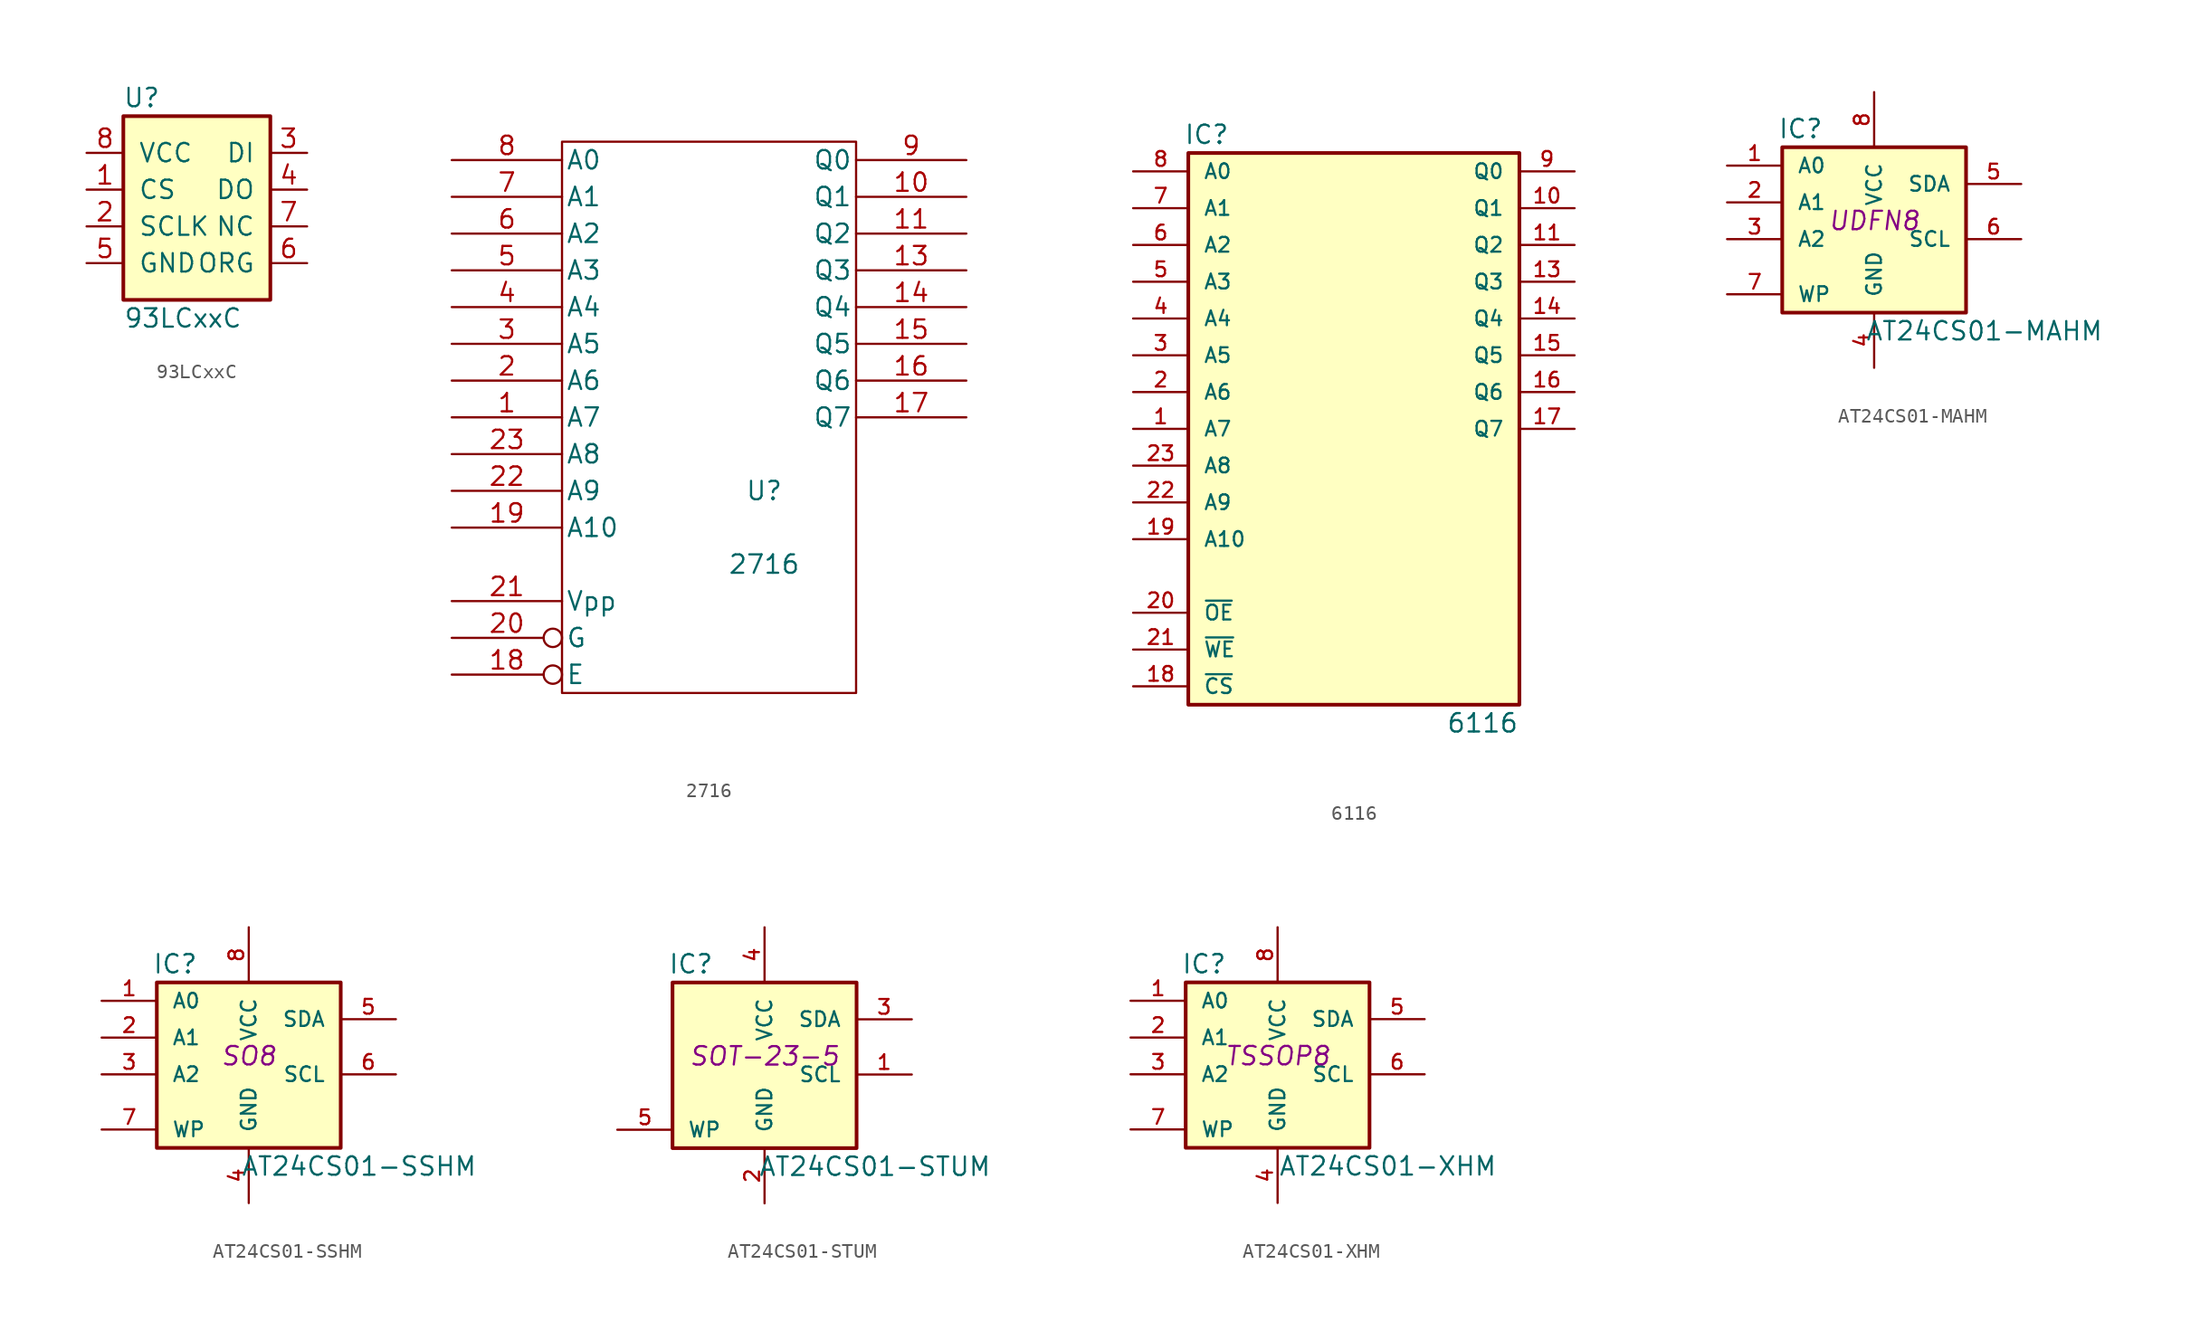
<source format=kicad_sym>
(kicad_symbol_lib
  (version 20231120)
  (generator "kicad_symbol_editor")
  (generator_version "8.0")
  (symbol "93LCxxC"
    (pin_names
      (offset 1.016))
    (property "Reference" "U"
      (at -3.81 8.89 0)
      (effects (font (size 1.27 1.27))))
    (property "Value" "93LCxxC"
      (at -5.08 -6.35 0)
      (effects (font (size 1.27 1.27)) (justify left)))
    (property "Footprint" ""
      (at -2.54 0 0)
      (effects (font (size 1.27 1.27))))
    (property "Datasheet" ""
      (at 0 2.54 0)
      (effects (font (size 1.27 1.27))))
    (symbol "93LCxxC_0_1"
      (rectangle (start -5.08 -5.08) (end 5.08 7.62) (stroke (width 0.254) (type solid)) (fill (type background))))
    (symbol "93LCxxC_1_1"
      (pin input line (at -7.62 2.54 0) (length 2.54) (name "CS" (effects (font (size 1.27 1.27)))) (number "1" (effects (font (size 1.27 1.27)))))
      (pin input line (at -7.62 0 0) (length 2.54) (name "SCLK" (effects (font (size 1.27 1.27)))) (number "2" (effects (font (size 1.27 1.27)))))
      (pin input line (at 7.62 5.08 180) (length 2.54) (name "DI" (effects (font (size 1.27 1.27)))) (number "3" (effects (font (size 1.27 1.27)))))
      (pin tri_state line (at 7.62 2.54 180) (length 2.54) (name "DO" (effects (font (size 1.27 1.27)))) (number "4" (effects (font (size 1.27 1.27)))))
      (pin power_in line (at -7.62 -2.54 0) (length 2.54) (name "GND" (effects (font (size 1.27 1.27)))) (number "5" (effects (font (size 1.27 1.27)))))
      (pin input line (at 7.62 -2.54 180) (length 2.54) (name "ORG" (effects (font (size 1.27 1.27)))) (number "6" (effects (font (size 1.27 1.27)))))
      (pin input line (at 7.62 0 180) (length 2.54) (name "NC" (effects (font (size 1.27 1.27)))) (number "7" (effects (font (size 1.27 1.27)))))
      (pin power_in line (at -7.62 5.08 0) (length 2.54) (name "VCC" (effects (font (size 1.27 1.27)))) (number "8" (effects (font (size 1.27 1.27)))))))
  (symbol "2716"
    (pin_names
      (offset 0.254))
    (property "Reference" "U"
      (at 3.81 -5.08 0)
      (effects (font (size 1.27 1.27))))
    (property "Value" "2716"
      (at 3.81 -10.16 0)
      (effects (font (size 1.27 1.27))))
    (property "Footprint" ""
      (at 0 0 0)
      (effects (font (size 1.27 1.27))))
    (property "Datasheet" ""
      (at 0 0 0)
      (effects (font (size 1.27 1.27))))
    (symbol "2716_0_0"
      (pin power_in line (at 0 -20.32 90) (length 1.27) hide (name "GND" (effects (font (size 1.27 1.27)))) (number "12" (effects (font (size 1.27 1.27)))))
      (pin power_in line (at 0 20.32 270) (length 1.27) hide (name "Vcc" (effects (font (size 1.27 1.27)))) (number "24" (effects (font (size 1.27 1.27))))))
    (symbol "2716_0_1"
      (rectangle (start -10.16 19.05) (end 10.16 -19.05) (stroke (width 0) (type solid)) (fill (type none))))
    (symbol "2716_1_1"
      (pin input line (at -17.78 0 0) (length 7.62) (name "A7" (effects (font (size 1.27 1.27)))) (number "1" (effects (font (size 1.27 1.27)))))
      (pin tri_state line (at 17.78 15.24 180) (length 7.62) (name "Q1" (effects (font (size 1.27 1.27)))) (number "10" (effects (font (size 1.27 1.27)))))
      (pin tri_state line (at 17.78 12.7 180) (length 7.62) (name "Q2" (effects (font (size 1.27 1.27)))) (number "11" (effects (font (size 1.27 1.27)))))
      (pin tri_state line (at 17.78 10.16 180) (length 7.62) (name "Q3" (effects (font (size 1.27 1.27)))) (number "13" (effects (font (size 1.27 1.27)))))
      (pin tri_state line (at 17.78 7.62 180) (length 7.62) (name "Q4" (effects (font (size 1.27 1.27)))) (number "14" (effects (font (size 1.27 1.27)))))
      (pin tri_state line (at 17.78 5.08 180) (length 7.62) (name "Q5" (effects (font (size 1.27 1.27)))) (number "15" (effects (font (size 1.27 1.27)))))
      (pin tri_state line (at 17.78 2.54 180) (length 7.62) (name "Q6" (effects (font (size 1.27 1.27)))) (number "16" (effects (font (size 1.27 1.27)))))
      (pin tri_state line (at 17.78 0 180) (length 7.62) (name "Q7" (effects (font (size 1.27 1.27)))) (number "17" (effects (font (size 1.27 1.27)))))
      (pin input inverted (at -17.78 -17.78 0) (length 7.62) (name "E" (effects (font (size 1.27 1.27)))) (number "18" (effects (font (size 1.27 1.27)))))
      (pin input line (at -17.78 -7.62 0) (length 7.62) (name "A10" (effects (font (size 1.27 1.27)))) (number "19" (effects (font (size 1.27 1.27)))))
      (pin input line (at -17.78 2.54 0) (length 7.62) (name "A6" (effects (font (size 1.27 1.27)))) (number "2" (effects (font (size 1.27 1.27)))))
      (pin input inverted (at -17.78 -15.24 0) (length 7.62) (name "G" (effects (font (size 1.27 1.27)))) (number "20" (effects (font (size 1.27 1.27)))))
      (pin input line (at -17.78 -12.7 0) (length 7.62) (name "Vpp" (effects (font (size 1.27 1.27)))) (number "21" (effects (font (size 1.27 1.27)))))
      (pin input line (at -17.78 -5.08 0) (length 7.62) (name "A9" (effects (font (size 1.27 1.27)))) (number "22" (effects (font (size 1.27 1.27)))))
      (pin input line (at -17.78 -2.54 0) (length 7.62) (name "A8" (effects (font (size 1.27 1.27)))) (number "23" (effects (font (size 1.27 1.27)))))
      (pin input line (at -17.78 5.08 0) (length 7.62) (name "A5" (effects (font (size 1.27 1.27)))) (number "3" (effects (font (size 1.27 1.27)))))
      (pin input line (at -17.78 7.62 0) (length 7.62) (name "A4" (effects (font (size 1.27 1.27)))) (number "4" (effects (font (size 1.27 1.27)))))
      (pin input line (at -17.78 10.16 0) (length 7.62) (name "A3" (effects (font (size 1.27 1.27)))) (number "5" (effects (font (size 1.27 1.27)))))
      (pin input line (at -17.78 12.7 0) (length 7.62) (name "A2" (effects (font (size 1.27 1.27)))) (number "6" (effects (font (size 1.27 1.27)))))
      (pin input line (at -17.78 15.24 0) (length 7.62) (name "A1" (effects (font (size 1.27 1.27)))) (number "7" (effects (font (size 1.27 1.27)))))
      (pin input line (at -17.78 17.78 0) (length 7.62) (name "A0" (effects (font (size 1.27 1.27)))) (number "8" (effects (font (size 1.27 1.27)))))
      (pin tri_state line (at 17.78 17.78 180) (length 7.62) (name "Q0" (effects (font (size 1.27 1.27)))) (number "9" (effects (font (size 1.27 1.27)))))))
  (symbol "6116"
    (pin_names
      (offset 1.016))
    (property "Reference" "IC"
      (at -10.16 20.32 0)
      (effects (font (size 1.27 1.27))))
    (property "Value" "6116"
      (at 8.89 -20.32 0)
      (effects (font (size 1.27 1.27))))
    (property "Footprint" ""
      (at 0 0 0)
      (effects (font (size 1.27 1.27))))
    (property "Datasheet" ""
      (at 0 0 0)
      (effects (font (size 1.27 1.27))))
    (symbol "6116_0_0"
      (pin power_in line (at 0 -20.32 90) (length 1.27) hide (name "GND" (effects (font (size 1.016 1.016)))) (number "12" (effects (font (size 1.016 1.016)))))
      (pin power_in line (at 0 20.32 270) (length 1.27) hide (name "VCC" (effects (font (size 1.016 1.016)))) (number "24" (effects (font (size 1.016 1.016))))))
    (symbol "6116_0_1"
      (rectangle (start -11.43 19.05) (end 11.43 -19.05) (stroke (width 0.254) (type solid)) (fill (type background))))
    (symbol "6116_1_1"
      (pin input line (at -15.24 0 0) (length 3.81) (name "A7" (effects (font (size 1.016 1.016)))) (number "1" (effects (font (size 1.016 1.016)))))
      (pin tri_state line (at 15.24 15.24 180) (length 3.81) (name "Q1" (effects (font (size 1.016 1.016)))) (number "10" (effects (font (size 1.016 1.016)))))
      (pin tri_state line (at 15.24 12.7 180) (length 3.81) (name "Q2" (effects (font (size 1.016 1.016)))) (number "11" (effects (font (size 1.016 1.016)))))
      (pin tri_state line (at 15.24 10.16 180) (length 3.81) (name "Q3" (effects (font (size 1.016 1.016)))) (number "13" (effects (font (size 1.016 1.016)))))
      (pin tri_state line (at 15.24 7.62 180) (length 3.81) (name "Q4" (effects (font (size 1.016 1.016)))) (number "14" (effects (font (size 1.016 1.016)))))
      (pin tri_state line (at 15.24 5.08 180) (length 3.81) (name "Q5" (effects (font (size 1.016 1.016)))) (number "15" (effects (font (size 1.016 1.016)))))
      (pin tri_state line (at 15.24 2.54 180) (length 3.81) (name "Q6" (effects (font (size 1.016 1.016)))) (number "16" (effects (font (size 1.016 1.016)))))
      (pin tri_state line (at 15.24 0 180) (length 3.81) (name "Q7" (effects (font (size 1.016 1.016)))) (number "17" (effects (font (size 1.016 1.016)))))
      (pin input line (at -15.24 -17.78 0) (length 3.81) (name "~{CS}" (effects (font (size 1.016 1.016)))) (number "18" (effects (font (size 1.016 1.016)))))
      (pin input line (at -15.24 -7.62 0) (length 3.81) (name "A10" (effects (font (size 1.016 1.016)))) (number "19" (effects (font (size 1.016 1.016)))))
      (pin input line (at -15.24 2.54 0) (length 3.81) (name "A6" (effects (font (size 1.016 1.016)))) (number "2" (effects (font (size 1.016 1.016)))))
      (pin input line (at -15.24 -12.7 0) (length 3.81) (name "~{OE}" (effects (font (size 1.016 1.016)))) (number "20" (effects (font (size 1.016 1.016)))))
      (pin input line (at -15.24 -15.24 0) (length 3.81) (name "~{WE}" (effects (font (size 1.016 1.016)))) (number "21" (effects (font (size 1.016 1.016)))))
      (pin input line (at -15.24 -5.08 0) (length 3.81) (name "A9" (effects (font (size 1.016 1.016)))) (number "22" (effects (font (size 1.016 1.016)))))
      (pin input line (at -15.24 -2.54 0) (length 3.81) (name "A8" (effects (font (size 1.016 1.016)))) (number "23" (effects (font (size 1.016 1.016)))))
      (pin input line (at -15.24 5.08 0) (length 3.81) (name "A5" (effects (font (size 1.016 1.016)))) (number "3" (effects (font (size 1.016 1.016)))))
      (pin input line (at -15.24 7.62 0) (length 3.81) (name "A4" (effects (font (size 1.016 1.016)))) (number "4" (effects (font (size 1.016 1.016)))))
      (pin input line (at -15.24 10.16 0) (length 3.81) (name "A3" (effects (font (size 1.016 1.016)))) (number "5" (effects (font (size 1.016 1.016)))))
      (pin input line (at -15.24 12.7 0) (length 3.81) (name "A2" (effects (font (size 1.016 1.016)))) (number "6" (effects (font (size 1.016 1.016)))))
      (pin input line (at -15.24 15.24 0) (length 3.81) (name "A1" (effects (font (size 1.016 1.016)))) (number "7" (effects (font (size 1.016 1.016)))))
      (pin input line (at -15.24 17.78 0) (length 3.81) (name "A0" (effects (font (size 1.016 1.016)))) (number "8" (effects (font (size 1.016 1.016)))))
      (pin tri_state line (at 15.24 17.78 180) (length 3.81) (name "Q0" (effects (font (size 1.016 1.016)))) (number "9" (effects (font (size 1.016 1.016)))))))
  (symbol "AT24CS01-MAHM"
    (pin_names
      (offset 1.016))
    (property "Reference" "IC"
      (at -5.08 6.35 0)
      (effects (font (size 1.27 1.27))))
    (property "Value" "AT24CS01-MAHM"
      (at 7.62 -7.62 0)
      (effects (font (size 1.27 1.27))))
    (property "Footprint" "UDFN8"
      (at 0 0 0)
      (effects (font (size 1.27 1.27) (italic yes))))
    (property "Datasheet" ""
      (at 0 0 0)
      (effects (font (size 1.27 1.27))))
    (symbol "AT24CS01-MAHM_0_1"
      (rectangle (start -6.35 5.08) (end 6.35 -6.35) (stroke (width 0.254) (type solid)) (fill (type background))))
    (symbol "AT24CS01-MAHM_1_1"
      (pin input line (at -10.16 3.81 0) (length 3.81) (name "A0" (effects (font (size 1.016 1.016)))) (number "1" (effects (font (size 1.016 1.016)))))
      (pin input line (at -10.16 1.27 0) (length 3.81) (name "A1" (effects (font (size 1.016 1.016)))) (number "2" (effects (font (size 1.016 1.016)))))
      (pin input line (at -10.16 -1.27 0) (length 3.81) (name "A2" (effects (font (size 1.016 1.016)))) (number "3" (effects (font (size 1.016 1.016)))))
      (pin power_in line (at 0 -10.16 90) (length 3.81) (name "GND" (effects (font (size 1.016 1.016)))) (number "4" (effects (font (size 1.016 1.016)))))
      (pin bidirectional line (at 10.16 2.54 180) (length 3.81) (name "SDA" (effects (font (size 1.016 1.016)))) (number "5" (effects (font (size 1.016 1.016)))))
      (pin input line (at 10.16 -1.27 180) (length 3.81) (name "SCL" (effects (font (size 1.016 1.016)))) (number "6" (effects (font (size 1.016 1.016)))))
      (pin input line (at -10.16 -5.08 0) (length 3.81) (name "WP" (effects (font (size 1.016 1.016)))) (number "7" (effects (font (size 1.016 1.016)))))
      (pin power_in line (at 0 8.89 270) (length 3.81) (name "VCC" (effects (font (size 1.016 1.016)))) (number "8" (effects (font (size 1.016 1.016)))))))
  (symbol "AT24CS01-SSHM"
    (pin_names
      (offset 1.016))
    (property "Reference" "IC"
      (at -5.08 6.35 0)
      (effects (font (size 1.27 1.27))))
    (property "Value" "AT24CS01-SSHM"
      (at 7.62 -7.62 0)
      (effects (font (size 1.27 1.27))))
    (property "Footprint" "SO8"
      (at 0 0 0)
      (effects (font (size 1.27 1.27) (italic yes))))
    (property "Datasheet" ""
      (at 0 0 0)
      (effects (font (size 1.27 1.27))))
    (symbol "AT24CS01-SSHM_0_1"
      (rectangle (start -6.35 5.08) (end 6.35 -6.35) (stroke (width 0.254) (type solid)) (fill (type background))))
    (symbol "AT24CS01-SSHM_1_1"
      (pin input line (at -10.16 3.81 0) (length 3.81) (name "A0" (effects (font (size 1.016 1.016)))) (number "1" (effects (font (size 1.016 1.016)))))
      (pin input line (at -10.16 1.27 0) (length 3.81) (name "A1" (effects (font (size 1.016 1.016)))) (number "2" (effects (font (size 1.016 1.016)))))
      (pin input line (at -10.16 -1.27 0) (length 3.81) (name "A2" (effects (font (size 1.016 1.016)))) (number "3" (effects (font (size 1.016 1.016)))))
      (pin power_in line (at 0 -10.16 90) (length 3.81) (name "GND" (effects (font (size 1.016 1.016)))) (number "4" (effects (font (size 1.016 1.016)))))
      (pin bidirectional line (at 10.16 2.54 180) (length 3.81) (name "SDA" (effects (font (size 1.016 1.016)))) (number "5" (effects (font (size 1.016 1.016)))))
      (pin input line (at 10.16 -1.27 180) (length 3.81) (name "SCL" (effects (font (size 1.016 1.016)))) (number "6" (effects (font (size 1.016 1.016)))))
      (pin input line (at -10.16 -5.08 0) (length 3.81) (name "WP" (effects (font (size 1.016 1.016)))) (number "7" (effects (font (size 1.016 1.016)))))
      (pin power_in line (at 0 8.89 270) (length 3.81) (name "VCC" (effects (font (size 1.016 1.016)))) (number "8" (effects (font (size 1.016 1.016)))))))
  (symbol "AT24CS01-STUM"
    (pin_names
      (offset 1.016))
    (property "Reference" "IC"
      (at -5.08 6.35 0)
      (effects (font (size 1.27 1.27))))
    (property "Value" "AT24CS01-STUM"
      (at 7.62 -7.62 0)
      (effects (font (size 1.27 1.27))))
    (property "Footprint" "SOT-23-5"
      (at 0 0 0)
      (effects (font (size 1.27 1.27) (italic yes))))
    (property "Datasheet" ""
      (at 0 0 0)
      (effects (font (size 1.27 1.27))))
    (symbol "AT24CS01-STUM_0_1"
      (rectangle (start -6.35 5.08) (end 6.35 -6.35) (stroke (width 0.254) (type solid)) (fill (type background))))
    (symbol "AT24CS01-STUM_1_1"
      (pin input line (at 10.16 -1.27 180) (length 3.81) (name "SCL" (effects (font (size 1.016 1.016)))) (number "1" (effects (font (size 1.016 1.016)))))
      (pin power_in line (at 0 -10.16 90) (length 3.81) (name "GND" (effects (font (size 1.016 1.016)))) (number "2" (effects (font (size 1.016 1.016)))))
      (pin bidirectional line (at 10.16 2.54 180) (length 3.81) (name "SDA" (effects (font (size 1.016 1.016)))) (number "3" (effects (font (size 1.016 1.016)))))
      (pin power_in line (at 0 8.89 270) (length 3.81) (name "VCC" (effects (font (size 1.016 1.016)))) (number "4" (effects (font (size 1.016 1.016)))))
      (pin input line (at -10.16 -5.08 0) (length 3.81) (name "WP" (effects (font (size 1.016 1.016)))) (number "5" (effects (font (size 1.016 1.016)))))))
  (symbol "AT24CS01-XHM"
    (pin_names
      (offset 1.016))
    (property "Reference" "IC"
      (at -5.08 6.35 0)
      (effects (font (size 1.27 1.27))))
    (property "Value" "AT24CS01-XHM"
      (at 7.62 -7.62 0)
      (effects (font (size 1.27 1.27))))
    (property "Footprint" "TSSOP8"
      (at 0 0 0)
      (effects (font (size 1.27 1.27) (italic yes))))
    (property "Datasheet" ""
      (at 0 0 0)
      (effects (font (size 1.27 1.27))))
    (symbol "AT24CS01-XHM_0_1"
      (rectangle (start -6.35 5.08) (end 6.35 -6.35) (stroke (width 0.254) (type solid)) (fill (type background))))
    (symbol "AT24CS01-XHM_1_1"
      (pin input line (at -10.16 3.81 0) (length 3.81) (name "A0" (effects (font (size 1.016 1.016)))) (number "1" (effects (font (size 1.016 1.016)))))
      (pin input line (at -10.16 1.27 0) (length 3.81) (name "A1" (effects (font (size 1.016 1.016)))) (number "2" (effects (font (size 1.016 1.016)))))
      (pin input line (at -10.16 -1.27 0) (length 3.81) (name "A2" (effects (font (size 1.016 1.016)))) (number "3" (effects (font (size 1.016 1.016)))))
      (pin power_in line (at 0 -10.16 90) (length 3.81) (name "GND" (effects (font (size 1.016 1.016)))) (number "4" (effects (font (size 1.016 1.016)))))
      (pin bidirectional line (at 10.16 2.54 180) (length 3.81) (name "SDA" (effects (font (size 1.016 1.016)))) (number "5" (effects (font (size 1.016 1.016)))))
      (pin input line (at 10.16 -1.27 180) (length 3.81) (name "SCL" (effects (font (size 1.016 1.016)))) (number "6" (effects (font (size 1.016 1.016)))))
      (pin input line (at -10.16 -5.08 0) (length 3.81) (name "WP" (effects (font (size 1.016 1.016)))) (number "7" (effects (font (size 1.016 1.016)))))
      (pin power_in line (at 0 8.89 270) (length 3.81) (name "VCC" (effects (font (size 1.016 1.016)))) (number "8" (effects (font (size 1.016 1.016))))))))
</source>
